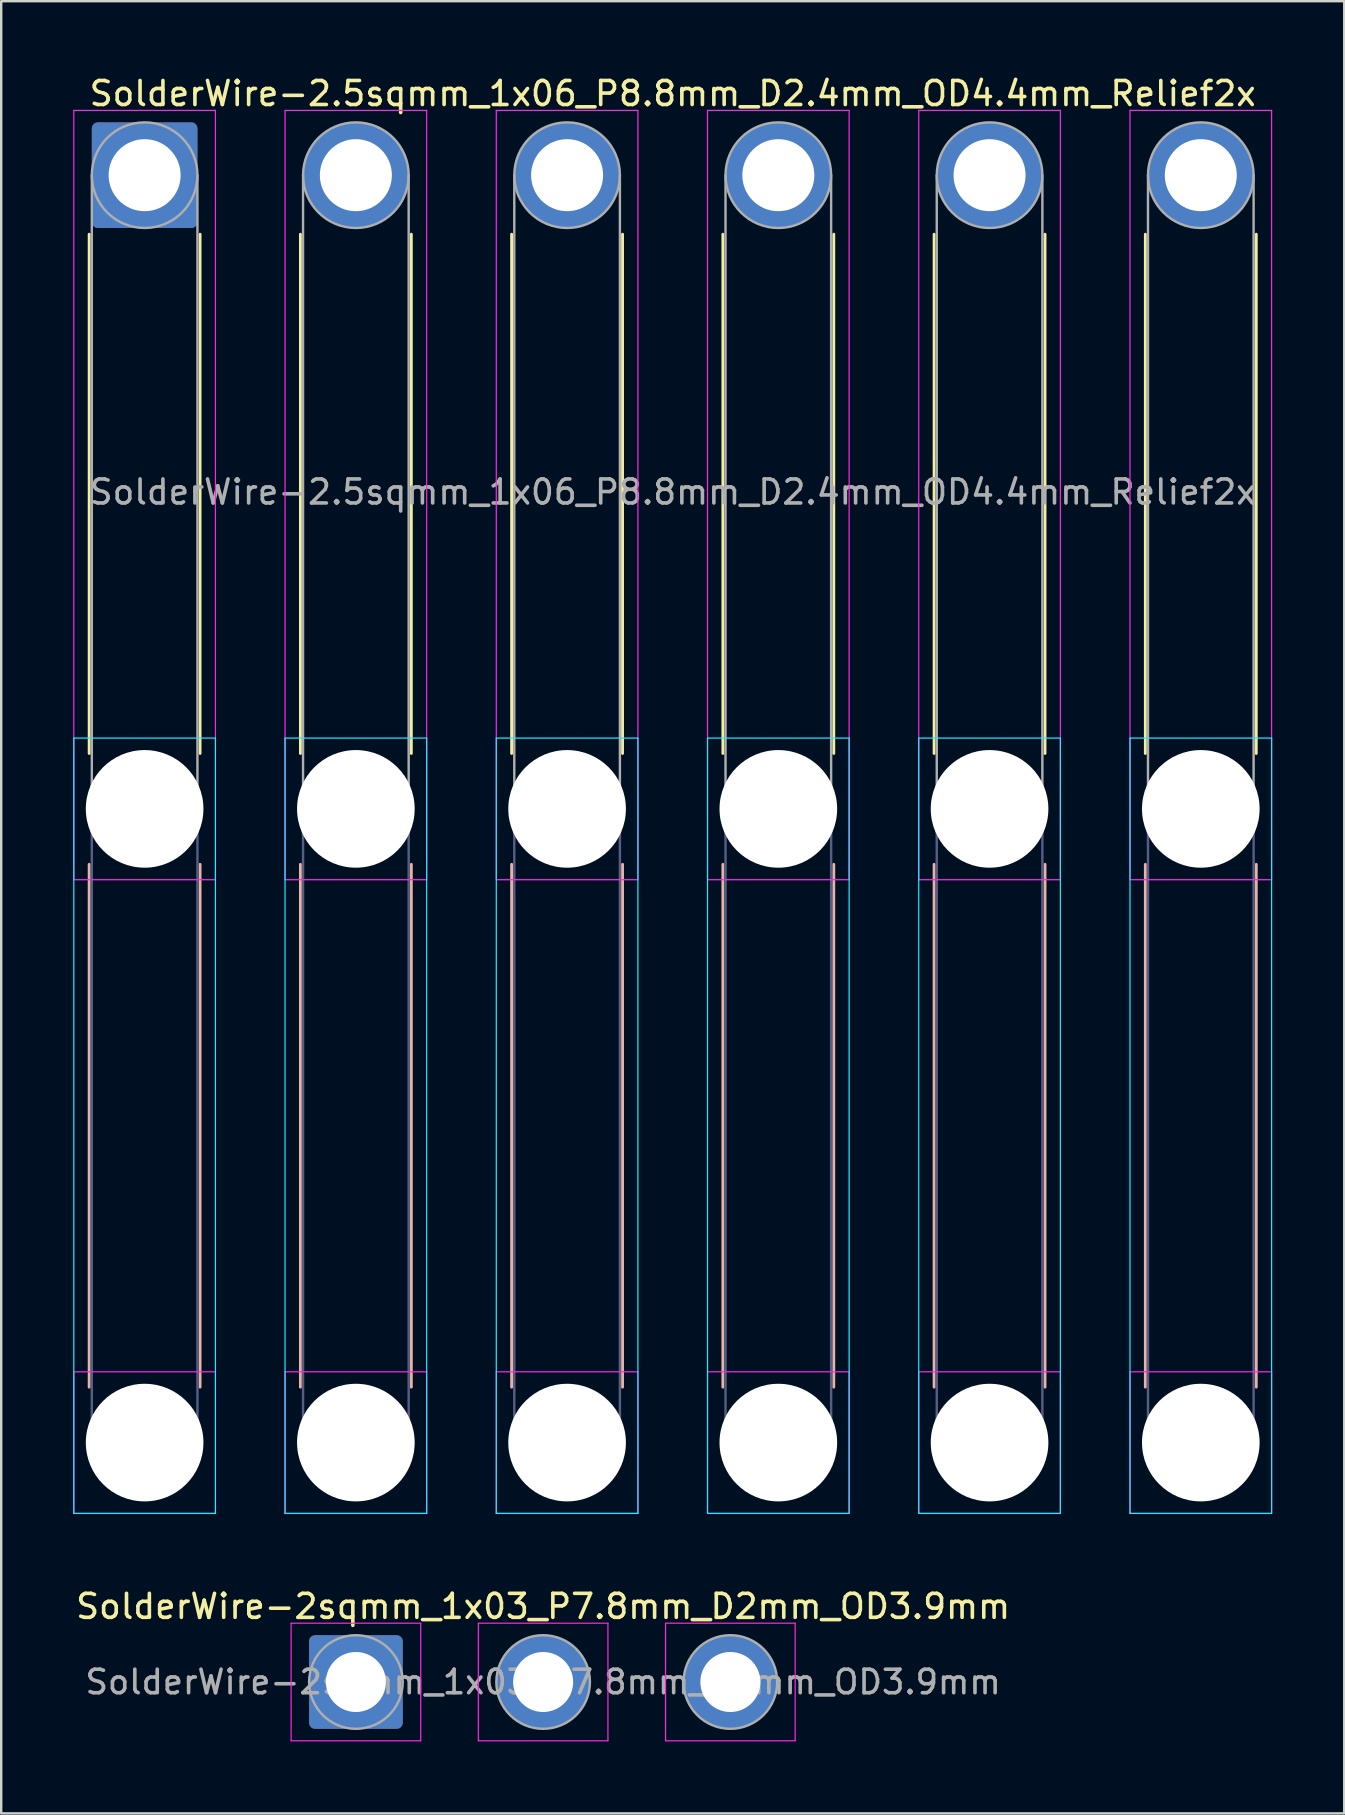
<source format=kicad_pcb>
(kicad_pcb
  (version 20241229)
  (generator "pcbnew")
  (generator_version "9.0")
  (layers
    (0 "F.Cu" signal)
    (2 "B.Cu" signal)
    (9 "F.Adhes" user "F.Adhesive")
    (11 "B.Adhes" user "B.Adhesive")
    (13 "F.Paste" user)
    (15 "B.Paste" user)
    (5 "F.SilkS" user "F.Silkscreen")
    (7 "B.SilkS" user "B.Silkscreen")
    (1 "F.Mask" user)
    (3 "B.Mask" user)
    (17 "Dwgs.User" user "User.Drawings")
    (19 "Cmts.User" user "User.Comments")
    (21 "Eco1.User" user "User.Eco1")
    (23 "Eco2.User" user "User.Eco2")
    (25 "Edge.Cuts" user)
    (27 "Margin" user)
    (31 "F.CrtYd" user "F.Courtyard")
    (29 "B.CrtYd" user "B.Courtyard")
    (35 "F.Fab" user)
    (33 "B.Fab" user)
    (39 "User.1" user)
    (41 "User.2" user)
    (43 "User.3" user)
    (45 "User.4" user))
  (footprint "SolderWire-2sqmm_1x03_P7.8mm_D2mm_OD3.9mm"
    (layer "F.Cu")
    (at 11.777 67.022)
    (property "Reference" "SolderWire-2sqmm_1x03_P7.8mm_D2mm_OD3.9mm" (at 7.8 -3.15 0) (layer "F.SilkS") (effects (font (size 1 1) (thickness 0.15))))
    (attr exclude_from_pos_files exclude_from_bom)
    (fp_line (start -2.7 -2.45) (end -2.7 2.45) (stroke (width 0.05) (type solid)) (layer "F.CrtYd"))
    (fp_line (start -2.7 2.45) (end 2.7 2.45) (stroke (width 0.05) (type solid)) (layer "F.CrtYd"))
    (fp_line (start 2.7 -2.45) (end -2.7 -2.45) (stroke (width 0.05) (type solid)) (layer "F.CrtYd"))
    (fp_line (start 2.7 2.45) (end 2.7 -2.45) (stroke (width 0.05) (type solid)) (layer "F.CrtYd"))
    (fp_line (start 5.1 -2.45) (end 5.1 2.45) (stroke (width 0.05) (type solid)) (layer "F.CrtYd"))
    (fp_line (start 5.1 2.45) (end 10.5 2.45) (stroke (width 0.05) (type solid)) (layer "F.CrtYd"))
    (fp_line (start 10.5 -2.45) (end 5.1 -2.45) (stroke (width 0.05) (type solid)) (layer "F.CrtYd"))
    (fp_line (start 10.5 2.45) (end 10.5 -2.45) (stroke (width 0.05) (type solid)) (layer "F.CrtYd"))
    (fp_line (start 12.9 -2.45) (end 12.9 2.45) (stroke (width 0.05) (type solid)) (layer "F.CrtYd"))
    (fp_line (start 12.9 2.45) (end 18.3 2.45) (stroke (width 0.05) (type solid)) (layer "F.CrtYd"))
    (fp_line (start 18.3 -2.45) (end 12.9 -2.45) (stroke (width 0.05) (type solid)) (layer "F.CrtYd"))
    (fp_line (start 18.3 2.45) (end 18.3 -2.45) (stroke (width 0.05) (type solid)) (layer "F.CrtYd"))
    (fp_circle (center 0 0) (end 1.95 0) (stroke (width 0.1) (type solid)) (fill no) (layer "F.Fab"))
    (fp_circle (center 7.8 0) (end 9.75 0) (stroke (width 0.1) (type solid)) (fill no) (layer "F.Fab"))
    (fp_circle (center 15.6 0) (end 17.55 0) (stroke (width 0.1) (type solid)) (fill no) (layer "F.Fab"))
    (fp_text user "${REFERENCE}" (at 7.8 0 0) (layer "F.Fab") (effects (font (size 0.98 0.98) (thickness 0.15))))
    (pad "1" thru_hole roundrect (at 0 0) (size 3.9 3.9) (drill 2.5) (layers "*.Cu" "*.Mask") (roundrect_rratio 0.064))
    (pad "2" thru_hole circle (at 7.8 0) (size 3.9 3.9) (drill 2.5) (layers "*.Cu" "*.Mask"))
    (pad "3" thru_hole circle (at 15.6 0) (size 3.9 3.9) (drill 2.5) (layers "*.Cu" "*.Mask")))
  (footprint "SolderWire-2.5sqmm_1x06_P8.8mm_D2.4mm_OD4.4mm_Relief2x"
    (layer "F.Cu")
    (at 2.975 4.248)
    (property "Reference" "SolderWire-2.5sqmm_1x06_P8.8mm_D2.4mm_OD4.4mm_Relief2x" (at 22 -3.4 0) (layer "F.SilkS") (effects (font (size 1 1) (thickness 0.15))))
    (attr exclude_from_pos_files exclude_from_bom)
    (fp_line (start -2.31 2.46) (end -2.31 24.09) (stroke (width 0.12) (type solid)) (layer "F.SilkS"))
    (fp_line (start 2.31 2.46) (end 2.31 24.09) (stroke (width 0.12) (type solid)) (layer "F.SilkS"))
    (fp_line (start 6.49 2.46) (end 6.49 24.09) (stroke (width 0.12) (type solid)) (layer "F.SilkS"))
    (fp_line (start 11.11 2.46) (end 11.11 24.09) (stroke (width 0.12) (type solid)) (layer "F.SilkS"))
    (fp_line (start 15.29 2.46) (end 15.29 24.09) (stroke (width 0.12) (type solid)) (layer "F.SilkS"))
    (fp_line (start 19.91 2.46) (end 19.91 24.09) (stroke (width 0.12) (type solid)) (layer "F.SilkS"))
    (fp_line (start 24.09 2.46) (end 24.09 24.09) (stroke (width 0.12) (type solid)) (layer "F.SilkS"))
    (fp_line (start 28.71 2.46) (end 28.71 24.09) (stroke (width 0.12) (type solid)) (layer "F.SilkS"))
    (fp_line (start 32.89 2.46) (end 32.89 24.09) (stroke (width 0.12) (type solid)) (layer "F.SilkS"))
    (fp_line (start 37.51 2.46) (end 37.51 24.09) (stroke (width 0.12) (type solid)) (layer "F.SilkS"))
    (fp_line (start 41.69 2.46) (end 41.69 24.09) (stroke (width 0.12) (type solid)) (layer "F.SilkS"))
    (fp_line (start 46.31 2.46) (end 46.31 24.09) (stroke (width 0.12) (type solid)) (layer "F.SilkS"))
    (fp_line (start -2.31 28.71) (end -2.31 50.49) (stroke (width 0.12) (type solid)) (layer "B.SilkS"))
    (fp_line (start 2.31 28.71) (end 2.31 50.49) (stroke (width 0.12) (type solid)) (layer "B.SilkS"))
    (fp_line (start 6.49 28.71) (end 6.49 50.49) (stroke (width 0.12) (type solid)) (layer "B.SilkS"))
    (fp_line (start 11.11 28.71) (end 11.11 50.49) (stroke (width 0.12) (type solid)) (layer "B.SilkS"))
    (fp_line (start 15.29 28.71) (end 15.29 50.49) (stroke (width 0.12) (type solid)) (layer "B.SilkS"))
    (fp_line (start 19.91 28.71) (end 19.91 50.49) (stroke (width 0.12) (type solid)) (layer "B.SilkS"))
    (fp_line (start 24.09 28.71) (end 24.09 50.49) (stroke (width 0.12) (type solid)) (layer "B.SilkS"))
    (fp_line (start 28.71 28.71) (end 28.71 50.49) (stroke (width 0.12) (type solid)) (layer "B.SilkS"))
    (fp_line (start 32.89 28.71) (end 32.89 50.49) (stroke (width 0.12) (type solid)) (layer "B.SilkS"))
    (fp_line (start 37.51 28.71) (end 37.51 50.49) (stroke (width 0.12) (type solid)) (layer "B.SilkS"))
    (fp_line (start 41.69 28.71) (end 41.69 50.49) (stroke (width 0.12) (type solid)) (layer "B.SilkS"))
    (fp_line (start 46.31 28.71) (end 46.31 50.49) (stroke (width 0.12) (type solid)) (layer "B.SilkS"))
    (fp_line (start -2.95 23.45) (end -2.95 55.75) (stroke (width 0.05) (type solid)) (layer "B.CrtYd"))
    (fp_line (start -2.95 55.75) (end 2.95 55.75) (stroke (width 0.05) (type solid)) (layer "B.CrtYd"))
    (fp_line (start 2.95 23.45) (end -2.95 23.45) (stroke (width 0.05) (type solid)) (layer "B.CrtYd"))
    (fp_line (start 2.95 55.75) (end 2.95 23.45) (stroke (width 0.05) (type solid)) (layer "B.CrtYd"))
    (fp_line (start 5.85 23.45) (end 5.85 55.75) (stroke (width 0.05) (type solid)) (layer "B.CrtYd"))
    (fp_line (start 5.85 55.75) (end 11.75 55.75) (stroke (width 0.05) (type solid)) (layer "B.CrtYd"))
    (fp_line (start 11.75 23.45) (end 5.85 23.45) (stroke (width 0.05) (type solid)) (layer "B.CrtYd"))
    (fp_line (start 11.75 55.75) (end 11.75 23.45) (stroke (width 0.05) (type solid)) (layer "B.CrtYd"))
    (fp_line (start 14.65 23.45) (end 14.65 55.75) (stroke (width 0.05) (type solid)) (layer "B.CrtYd"))
    (fp_line (start 14.65 55.75) (end 20.55 55.75) (stroke (width 0.05) (type solid)) (layer "B.CrtYd"))
    (fp_line (start 20.55 23.45) (end 14.65 23.45) (stroke (width 0.05) (type solid)) (layer "B.CrtYd"))
    (fp_line (start 20.55 55.75) (end 20.55 23.45) (stroke (width 0.05) (type solid)) (layer "B.CrtYd"))
    (fp_line (start 23.45 23.45) (end 23.45 55.75) (stroke (width 0.05) (type solid)) (layer "B.CrtYd"))
    (fp_line (start 23.45 55.75) (end 29.35 55.75) (stroke (width 0.05) (type solid)) (layer "B.CrtYd"))
    (fp_line (start 29.35 23.45) (end 23.45 23.45) (stroke (width 0.05) (type solid)) (layer "B.CrtYd"))
    (fp_line (start 29.35 55.75) (end 29.35 23.45) (stroke (width 0.05) (type solid)) (layer "B.CrtYd"))
    (fp_line (start 32.25 23.45) (end 32.25 55.75) (stroke (width 0.05) (type solid)) (layer "B.CrtYd"))
    (fp_line (start 32.25 55.75) (end 38.15 55.75) (stroke (width 0.05) (type solid)) (layer "B.CrtYd"))
    (fp_line (start 38.15 23.45) (end 32.25 23.45) (stroke (width 0.05) (type solid)) (layer "B.CrtYd"))
    (fp_line (start 38.15 55.75) (end 38.15 23.45) (stroke (width 0.05) (type solid)) (layer "B.CrtYd"))
    (fp_line (start 41.05 23.45) (end 41.05 55.75) (stroke (width 0.05) (type solid)) (layer "B.CrtYd"))
    (fp_line (start 41.05 55.75) (end 46.95 55.75) (stroke (width 0.05) (type solid)) (layer "B.CrtYd"))
    (fp_line (start 46.95 23.45) (end 41.05 23.45) (stroke (width 0.05) (type solid)) (layer "B.CrtYd"))
    (fp_line (start 46.95 55.75) (end 46.95 23.45) (stroke (width 0.05) (type solid)) (layer "B.CrtYd"))
    (fp_line (start -2.95 -2.7) (end -2.95 29.35) (stroke (width 0.05) (type solid)) (layer "F.CrtYd"))
    (fp_line (start -2.95 29.35) (end 2.95 29.35) (stroke (width 0.05) (type solid)) (layer "F.CrtYd"))
    (fp_line (start -2.95 49.85) (end -2.95 55.75) (stroke (width 0.05) (type solid)) (layer "F.CrtYd"))
    (fp_line (start -2.95 55.75) (end 2.95 55.75) (stroke (width 0.05) (type solid)) (layer "F.CrtYd"))
    (fp_line (start 2.95 -2.7) (end -2.95 -2.7) (stroke (width 0.05) (type solid)) (layer "F.CrtYd"))
    (fp_line (start 2.95 29.35) (end 2.95 -2.7) (stroke (width 0.05) (type solid)) (layer "F.CrtYd"))
    (fp_line (start 2.95 49.85) (end -2.95 49.85) (stroke (width 0.05) (type solid)) (layer "F.CrtYd"))
    (fp_line (start 2.95 55.75) (end 2.95 49.85) (stroke (width 0.05) (type solid)) (layer "F.CrtYd"))
    (fp_line (start 5.85 -2.7) (end 5.85 29.35) (stroke (width 0.05) (type solid)) (layer "F.CrtYd"))
    (fp_line (start 5.85 29.35) (end 11.75 29.35) (stroke (width 0.05) (type solid)) (layer "F.CrtYd"))
    (fp_line (start 5.85 49.85) (end 5.85 55.75) (stroke (width 0.05) (type solid)) (layer "F.CrtYd"))
    (fp_line (start 5.85 55.75) (end 11.75 55.75) (stroke (width 0.05) (type solid)) (layer "F.CrtYd"))
    (fp_line (start 11.75 -2.7) (end 5.85 -2.7) (stroke (width 0.05) (type solid)) (layer "F.CrtYd"))
    (fp_line (start 11.75 29.35) (end 11.75 -2.7) (stroke (width 0.05) (type solid)) (layer "F.CrtYd"))
    (fp_line (start 11.75 49.85) (end 5.85 49.85) (stroke (width 0.05) (type solid)) (layer "F.CrtYd"))
    (fp_line (start 11.75 55.75) (end 11.75 49.85) (stroke (width 0.05) (type solid)) (layer "F.CrtYd"))
    (fp_line (start 14.65 -2.7) (end 14.65 29.35) (stroke (width 0.05) (type solid)) (layer "F.CrtYd"))
    (fp_line (start 14.65 29.35) (end 20.55 29.35) (stroke (width 0.05) (type solid)) (layer "F.CrtYd"))
    (fp_line (start 14.65 49.85) (end 14.65 55.75) (stroke (width 0.05) (type solid)) (layer "F.CrtYd"))
    (fp_line (start 14.65 55.75) (end 20.55 55.75) (stroke (width 0.05) (type solid)) (layer "F.CrtYd"))
    (fp_line (start 20.55 -2.7) (end 14.65 -2.7) (stroke (width 0.05) (type solid)) (layer "F.CrtYd"))
    (fp_line (start 20.55 29.35) (end 20.55 -2.7) (stroke (width 0.05) (type solid)) (layer "F.CrtYd"))
    (fp_line (start 20.55 49.85) (end 14.65 49.85) (stroke (width 0.05) (type solid)) (layer "F.CrtYd"))
    (fp_line (start 20.55 55.75) (end 20.55 49.85) (stroke (width 0.05) (type solid)) (layer "F.CrtYd"))
    (fp_line (start 23.45 -2.7) (end 23.45 29.35) (stroke (width 0.05) (type solid)) (layer "F.CrtYd"))
    (fp_line (start 23.45 29.35) (end 29.35 29.35) (stroke (width 0.05) (type solid)) (layer "F.CrtYd"))
    (fp_line (start 23.45 49.85) (end 23.45 55.75) (stroke (width 0.05) (type solid)) (layer "F.CrtYd"))
    (fp_line (start 23.45 55.75) (end 29.35 55.75) (stroke (width 0.05) (type solid)) (layer "F.CrtYd"))
    (fp_line (start 29.35 -2.7) (end 23.45 -2.7) (stroke (width 0.05) (type solid)) (layer "F.CrtYd"))
    (fp_line (start 29.35 29.35) (end 29.35 -2.7) (stroke (width 0.05) (type solid)) (layer "F.CrtYd"))
    (fp_line (start 29.35 49.85) (end 23.45 49.85) (stroke (width 0.05) (type solid)) (layer "F.CrtYd"))
    (fp_line (start 29.35 55.75) (end 29.35 49.85) (stroke (width 0.05) (type solid)) (layer "F.CrtYd"))
    (fp_line (start 32.25 -2.7) (end 32.25 29.35) (stroke (width 0.05) (type solid)) (layer "F.CrtYd"))
    (fp_line (start 32.25 29.35) (end 38.15 29.35) (stroke (width 0.05) (type solid)) (layer "F.CrtYd"))
    (fp_line (start 32.25 49.85) (end 32.25 55.75) (stroke (width 0.05) (type solid)) (layer "F.CrtYd"))
    (fp_line (start 32.25 55.75) (end 38.15 55.75) (stroke (width 0.05) (type solid)) (layer "F.CrtYd"))
    (fp_line (start 38.15 -2.7) (end 32.25 -2.7) (stroke (width 0.05) (type solid)) (layer "F.CrtYd"))
    (fp_line (start 38.15 29.35) (end 38.15 -2.7) (stroke (width 0.05) (type solid)) (layer "F.CrtYd"))
    (fp_line (start 38.15 49.85) (end 32.25 49.85) (stroke (width 0.05) (type solid)) (layer "F.CrtYd"))
    (fp_line (start 38.15 55.75) (end 38.15 49.85) (stroke (width 0.05) (type solid)) (layer "F.CrtYd"))
    (fp_line (start 41.05 -2.7) (end 41.05 29.35) (stroke (width 0.05) (type solid)) (layer "F.CrtYd"))
    (fp_line (start 41.05 29.35) (end 46.95 29.35) (stroke (width 0.05) (type solid)) (layer "F.CrtYd"))
    (fp_line (start 41.05 49.85) (end 41.05 55.75) (stroke (width 0.05) (type solid)) (layer "F.CrtYd"))
    (fp_line (start 41.05 55.75) (end 46.95 55.75) (stroke (width 0.05) (type solid)) (layer "F.CrtYd"))
    (fp_line (start 46.95 -2.7) (end 41.05 -2.7) (stroke (width 0.05) (type solid)) (layer "F.CrtYd"))
    (fp_line (start 46.95 29.35) (end 46.95 -2.7) (stroke (width 0.05) (type solid)) (layer "F.CrtYd"))
    (fp_line (start 46.95 49.85) (end 41.05 49.85) (stroke (width 0.05) (type solid)) (layer "F.CrtYd"))
    (fp_line (start 46.95 55.75) (end 46.95 49.85) (stroke (width 0.05) (type solid)) (layer "F.CrtYd"))
    (fp_line (start -2.2 26.4) (end -2.2 52.8) (stroke (width 0.1) (type solid)) (layer "B.Fab"))
    (fp_line (start 2.2 26.4) (end 2.2 52.8) (stroke (width 0.1) (type solid)) (layer "B.Fab"))
    (fp_line (start 6.6 26.4) (end 6.6 52.8) (stroke (width 0.1) (type solid)) (layer "B.Fab"))
    (fp_line (start 11 26.4) (end 11 52.8) (stroke (width 0.1) (type solid)) (layer "B.Fab"))
    (fp_line (start 15.4 26.4) (end 15.4 52.8) (stroke (width 0.1) (type solid)) (layer "B.Fab"))
    (fp_line (start 19.8 26.4) (end 19.8 52.8) (stroke (width 0.1) (type solid)) (layer "B.Fab"))
    (fp_line (start 24.2 26.4) (end 24.2 52.8) (stroke (width 0.1) (type solid)) (layer "B.Fab"))
    (fp_line (start 28.6 26.4) (end 28.6 52.8) (stroke (width 0.1) (type solid)) (layer "B.Fab"))
    (fp_line (start 33 26.4) (end 33 52.8) (stroke (width 0.1) (type solid)) (layer "B.Fab"))
    (fp_line (start 37.4 26.4) (end 37.4 52.8) (stroke (width 0.1) (type solid)) (layer "B.Fab"))
    (fp_line (start 41.8 26.4) (end 41.8 52.8) (stroke (width 0.1) (type solid)) (layer "B.Fab"))
    (fp_line (start 46.2 26.4) (end 46.2 52.8) (stroke (width 0.1) (type solid)) (layer "B.Fab"))
    (fp_circle (center 0 26.4) (end 2.2 26.4) (stroke (width 0.1) (type solid)) (fill no) (layer "B.Fab"))
    (fp_circle (center 0 52.8) (end 2.2 52.8) (stroke (width 0.1) (type solid)) (fill no) (layer "B.Fab"))
    (fp_circle (center 8.8 26.4) (end 11 26.4) (stroke (width 0.1) (type solid)) (fill no) (layer "B.Fab"))
    (fp_circle (center 8.8 52.8) (end 11 52.8) (stroke (width 0.1) (type solid)) (fill no) (layer "B.Fab"))
    (fp_circle (center 17.6 26.4) (end 19.8 26.4) (stroke (width 0.1) (type solid)) (fill no) (layer "B.Fab"))
    (fp_circle (center 17.6 52.8) (end 19.8 52.8) (stroke (width 0.1) (type solid)) (fill no) (layer "B.Fab"))
    (fp_circle (center 26.4 26.4) (end 28.6 26.4) (stroke (width 0.1) (type solid)) (fill no) (layer "B.Fab"))
    (fp_circle (center 26.4 52.8) (end 28.6 52.8) (stroke (width 0.1) (type solid)) (fill no) (layer "B.Fab"))
    (fp_circle (center 35.2 26.4) (end 37.4 26.4) (stroke (width 0.1) (type solid)) (fill no) (layer "B.Fab"))
    (fp_circle (center 35.2 52.8) (end 37.4 52.8) (stroke (width 0.1) (type solid)) (fill no) (layer "B.Fab"))
    (fp_circle (center 44 26.4) (end 46.2 26.4) (stroke (width 0.1) (type solid)) (fill no) (layer "B.Fab"))
    (fp_circle (center 44 52.8) (end 46.2 52.8) (stroke (width 0.1) (type solid)) (fill no) (layer "B.Fab"))
    (fp_line (start -2.2 0) (end -2.2 26.4) (stroke (width 0.1) (type solid)) (layer "F.Fab"))
    (fp_line (start 2.2 0) (end 2.2 26.4) (stroke (width 0.1) (type solid)) (layer "F.Fab"))
    (fp_line (start 6.6 0) (end 6.6 26.4) (stroke (width 0.1) (type solid)) (layer "F.Fab"))
    (fp_line (start 11 0) (end 11 26.4) (stroke (width 0.1) (type solid)) (layer "F.Fab"))
    (fp_line (start 15.4 0) (end 15.4 26.4) (stroke (width 0.1) (type solid)) (layer "F.Fab"))
    (fp_line (start 19.8 0) (end 19.8 26.4) (stroke (width 0.1) (type solid)) (layer "F.Fab"))
    (fp_line (start 24.2 0) (end 24.2 26.4) (stroke (width 0.1) (type solid)) (layer "F.Fab"))
    (fp_line (start 28.6 0) (end 28.6 26.4) (stroke (width 0.1) (type solid)) (layer "F.Fab"))
    (fp_line (start 33 0) (end 33 26.4) (stroke (width 0.1) (type solid)) (layer "F.Fab"))
    (fp_line (start 37.4 0) (end 37.4 26.4) (stroke (width 0.1) (type solid)) (layer "F.Fab"))
    (fp_line (start 41.8 0) (end 41.8 26.4) (stroke (width 0.1) (type solid)) (layer "F.Fab"))
    (fp_line (start 46.2 0) (end 46.2 26.4) (stroke (width 0.1) (type solid)) (layer "F.Fab"))
    (fp_circle (center 0 0) (end 2.2 0) (stroke (width 0.1) (type solid)) (fill no) (layer "F.Fab"))
    (fp_circle (center 0 26.4) (end 2.2 26.4) (stroke (width 0.1) (type solid)) (fill no) (layer "F.Fab"))
    (fp_circle (center 0 52.8) (end 2.2 52.8) (stroke (width 0.1) (type solid)) (fill no) (layer "F.Fab"))
    (fp_circle (center 8.8 0) (end 11 0) (stroke (width 0.1) (type solid)) (fill no) (layer "F.Fab"))
    (fp_circle (center 8.8 26.4) (end 11 26.4) (stroke (width 0.1) (type solid)) (fill no) (layer "F.Fab"))
    (fp_circle (center 8.8 52.8) (end 11 52.8) (stroke (width 0.1) (type solid)) (fill no) (layer "F.Fab"))
    (fp_circle (center 17.6 0) (end 19.8 0) (stroke (width 0.1) (type solid)) (fill no) (layer "F.Fab"))
    (fp_circle (center 17.6 26.4) (end 19.8 26.4) (stroke (width 0.1) (type solid)) (fill no) (layer "F.Fab"))
    (fp_circle (center 17.6 52.8) (end 19.8 52.8) (stroke (width 0.1) (type solid)) (fill no) (layer "F.Fab"))
    (fp_circle (center 26.4 0) (end 28.6 0) (stroke (width 0.1) (type solid)) (fill no) (layer "F.Fab"))
    (fp_circle (center 26.4 26.4) (end 28.6 26.4) (stroke (width 0.1) (type solid)) (fill no) (layer "F.Fab"))
    (fp_circle (center 26.4 52.8) (end 28.6 52.8) (stroke (width 0.1) (type solid)) (fill no) (layer "F.Fab"))
    (fp_circle (center 35.2 0) (end 37.4 0) (stroke (width 0.1) (type solid)) (fill no) (layer "F.Fab"))
    (fp_circle (center 35.2 26.4) (end 37.4 26.4) (stroke (width 0.1) (type solid)) (fill no) (layer "F.Fab"))
    (fp_circle (center 35.2 52.8) (end 37.4 52.8) (stroke (width 0.1) (type solid)) (fill no) (layer "F.Fab"))
    (fp_circle (center 44 0) (end 46.2 0) (stroke (width 0.1) (type solid)) (fill no) (layer "F.Fab"))
    (fp_circle (center 44 26.4) (end 46.2 26.4) (stroke (width 0.1) (type solid)) (fill no) (layer "F.Fab"))
    (fp_circle (center 44 52.8) (end 46.2 52.8) (stroke (width 0.1) (type solid)) (fill no) (layer "F.Fab"))
    (fp_text user "${REFERENCE}" (at 22 13.2 0) (layer "F.Fab") (effects (font (size 1 1) (thickness 0.15))))
    (pad "" np_thru_hole circle (at 0 26.4) (size 4.9 4.9) (drill 4.9) (layers "*.Cu" "*.Mask"))
    (pad "" np_thru_hole circle (at 0 52.8) (size 4.9 4.9) (drill 4.9) (layers "*.Cu" "*.Mask"))
    (pad "" np_thru_hole circle (at 8.8 26.4) (size 4.9 4.9) (drill 4.9) (layers "*.Cu" "*.Mask"))
    (pad "" np_thru_hole circle (at 8.8 52.8) (size 4.9 4.9) (drill 4.9) (layers "*.Cu" "*.Mask"))
    (pad "" np_thru_hole circle (at 17.6 26.4) (size 4.9 4.9) (drill 4.9) (layers "*.Cu" "*.Mask"))
    (pad "" np_thru_hole circle (at 17.6 52.8) (size 4.9 4.9) (drill 4.9) (layers "*.Cu" "*.Mask"))
    (pad "" np_thru_hole circle (at 26.4 26.4) (size 4.9 4.9) (drill 4.9) (layers "*.Cu" "*.Mask"))
    (pad "" np_thru_hole circle (at 26.4 52.8) (size 4.9 4.9) (drill 4.9) (layers "*.Cu" "*.Mask"))
    (pad "" np_thru_hole circle (at 35.2 26.4) (size 4.9 4.9) (drill 4.9) (layers "*.Cu" "*.Mask"))
    (pad "" np_thru_hole circle (at 35.2 52.8) (size 4.9 4.9) (drill 4.9) (layers "*.Cu" "*.Mask"))
    (pad "" np_thru_hole circle (at 44 26.4) (size 4.9 4.9) (drill 4.9) (layers "*.Cu" "*.Mask"))
    (pad "" np_thru_hole circle (at 44 52.8) (size 4.9 4.9) (drill 4.9) (layers "*.Cu" "*.Mask"))
    (pad "1" thru_hole roundrect (at 0 0) (size 4.4 4.4) (drill 3) (layers "*.Cu" "*.Mask") (roundrect_rratio 0.057))
    (pad "2" thru_hole circle (at 8.8 0) (size 4.4 4.4) (drill 3) (layers "*.Cu" "*.Mask"))
    (pad "3" thru_hole circle (at 17.6 0) (size 4.4 4.4) (drill 3) (layers "*.Cu" "*.Mask"))
    (pad "4" thru_hole circle (at 26.4 0) (size 4.4 4.4) (drill 3) (layers "*.Cu" "*.Mask"))
    (pad "5" thru_hole circle (at 35.2 0) (size 4.4 4.4) (drill 3) (layers "*.Cu" "*.Mask"))
    (pad "6" thru_hole circle (at 44 0) (size 4.4 4.4) (drill 3) (layers "*.Cu" "*.Mask")))
  (gr_rect
    (start -3 -3)
    (end 52.95 72.496)
    (stroke (width 0.1) (type default))
    (fill no)
    (layer "Edge.Cuts")))
</source>
